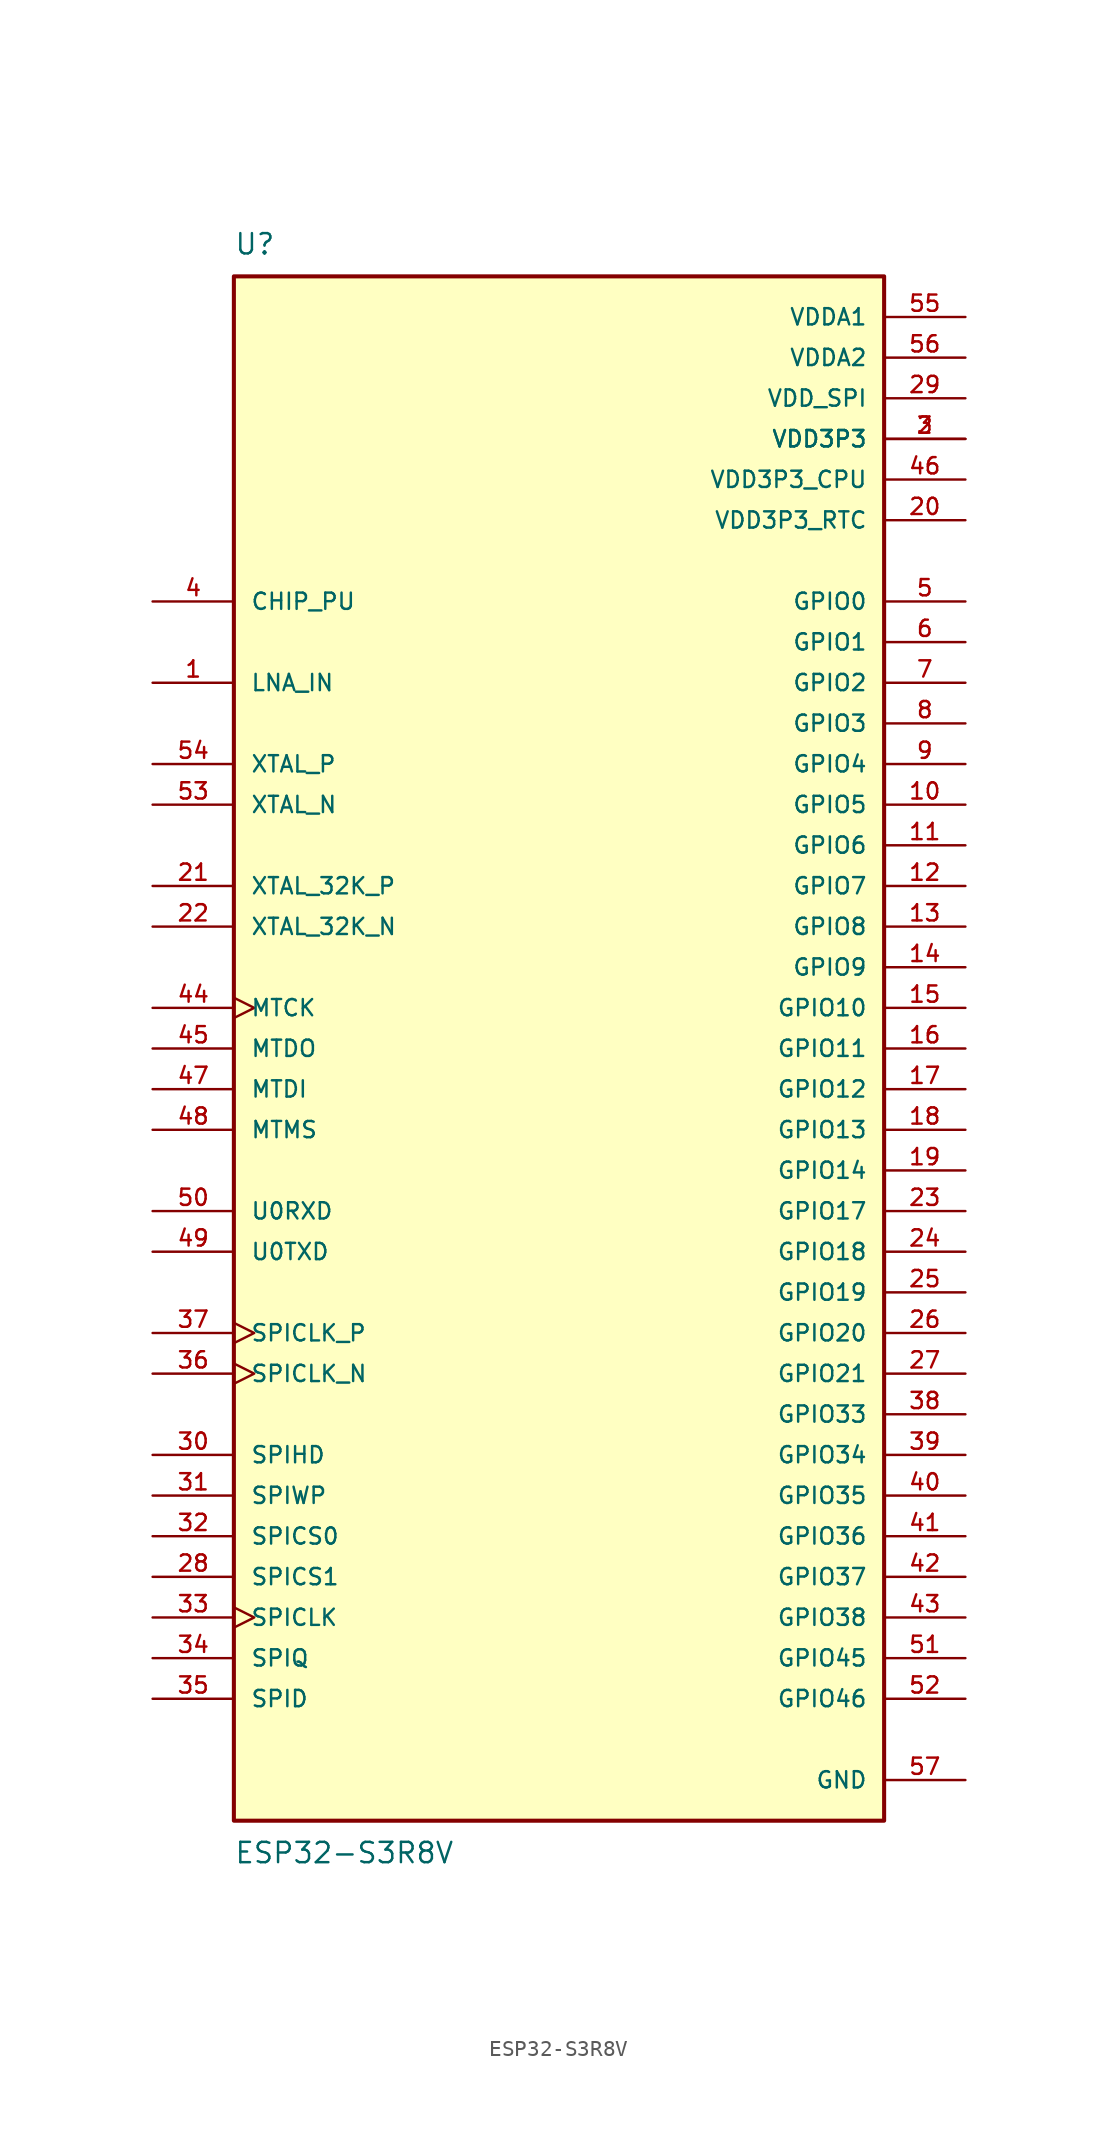
<source format=kicad_sym>
(kicad_symbol_lib
  (version 20211014)
  (generator kicad_symbol_editor)
  (symbol "ESP32-S3R8V"
    (pin_names
      (offset 1.016))
    (property "Reference" "U"
      (at -20.32 49.53 0)
      (effects (font (size 1.27 1.27)) (justify bottom left)))
    (property "Value" "ESP32-S3R8V"
      (at -20.32 -49.53 0)
      (effects (font (size 1.27 1.27)) (justify top left)))
    (symbol "ESP32-S3R8V_0_0"
      (rectangle (start -20.32 -48.26) (end 20.32 48.26) (stroke (width 0.254)) (fill (type background)))
      (pin power_in line (at 25.4 40.64 180.0) (length 5.08) (name "VDD_SPI" (effects (font (size 1.016 1.016)))) (number "29" (effects (font (size 1.016 1.016)))))
      (pin power_in line (at 25.4 38.1 180.0) (length 5.08) (name "VDD3P3" (effects (font (size 1.016 1.016)))) (number "2" (effects (font (size 1.016 1.016)))))
      (pin power_in line (at 25.4 38.1 180.0) (length 5.08) (name "VDD3P3" (effects (font (size 1.016 1.016)))) (number "3" (effects (font (size 1.016 1.016)))))
      (pin power_in line (at 25.4 35.56 180.0) (length 5.08) (name "VDD3P3_CPU" (effects (font (size 1.016 1.016)))) (number "46" (effects (font (size 1.016 1.016)))))
      (pin power_in line (at 25.4 33.02 180.0) (length 5.08) (name "VDD3P3_RTC" (effects (font (size 1.016 1.016)))) (number "20" (effects (font (size 1.016 1.016)))))
      (pin power_in line (at 25.4 45.72 180.0) (length 5.08) (name "VDDA1" (effects (font (size 1.016 1.016)))) (number "55" (effects (font (size 1.016 1.016)))))
      (pin power_in line (at 25.4 43.18 180.0) (length 5.08) (name "VDDA2" (effects (font (size 1.016 1.016)))) (number "56" (effects (font (size 1.016 1.016)))))
      (pin input line (at -25.4 27.94 0) (length 5.08) (name "CHIP_PU" (effects (font (size 1.016 1.016)))) (number "4" (effects (font (size 1.016 1.016)))))
      (pin input line (at -25.4 17.78 0) (length 5.08) (name "XTAL_P" (effects (font (size 1.016 1.016)))) (number "54" (effects (font (size 1.016 1.016)))))
      (pin bidirectional line (at 25.4 27.94 180.0) (length 5.08) (name "GPIO0" (effects (font (size 1.016 1.016)))) (number "5" (effects (font (size 1.016 1.016)))))
      (pin bidirectional line (at 25.4 25.4 180.0) (length 5.08) (name "GPIO1" (effects (font (size 1.016 1.016)))) (number "6" (effects (font (size 1.016 1.016)))))
      (pin bidirectional line (at 25.4 2.54 180.0) (length 5.08) (name "GPIO10" (effects (font (size 1.016 1.016)))) (number "15" (effects (font (size 1.016 1.016)))))
      (pin bidirectional line (at 25.4 0.0 180.0) (length 5.08) (name "GPIO11" (effects (font (size 1.016 1.016)))) (number "16" (effects (font (size 1.016 1.016)))))
      (pin bidirectional line (at 25.4 -2.54 180.0) (length 5.08) (name "GPIO12" (effects (font (size 1.016 1.016)))) (number "17" (effects (font (size 1.016 1.016)))))
      (pin bidirectional line (at 25.4 -5.08 180.0) (length 5.08) (name "GPIO13" (effects (font (size 1.016 1.016)))) (number "18" (effects (font (size 1.016 1.016)))))
      (pin bidirectional line (at 25.4 -7.62 180.0) (length 5.08) (name "GPIO14" (effects (font (size 1.016 1.016)))) (number "19" (effects (font (size 1.016 1.016)))))
      (pin bidirectional line (at 25.4 -10.16 180.0) (length 5.08) (name "GPIO17" (effects (font (size 1.016 1.016)))) (number "23" (effects (font (size 1.016 1.016)))))
      (pin bidirectional line (at 25.4 -12.7 180.0) (length 5.08) (name "GPIO18" (effects (font (size 1.016 1.016)))) (number "24" (effects (font (size 1.016 1.016)))))
      (pin bidirectional line (at 25.4 -15.24 180.0) (length 5.08) (name "GPIO19" (effects (font (size 1.016 1.016)))) (number "25" (effects (font (size 1.016 1.016)))))
      (pin bidirectional line (at 25.4 22.86 180.0) (length 5.08) (name "GPIO2" (effects (font (size 1.016 1.016)))) (number "7" (effects (font (size 1.016 1.016)))))
      (pin bidirectional line (at 25.4 -17.78 180.0) (length 5.08) (name "GPIO20" (effects (font (size 1.016 1.016)))) (number "26" (effects (font (size 1.016 1.016)))))
      (pin bidirectional line (at 25.4 -20.32 180.0) (length 5.08) (name "GPIO21" (effects (font (size 1.016 1.016)))) (number "27" (effects (font (size 1.016 1.016)))))
      (pin bidirectional line (at 25.4 20.32 180.0) (length 5.08) (name "GPIO3" (effects (font (size 1.016 1.016)))) (number "8" (effects (font (size 1.016 1.016)))))
      (pin bidirectional line (at 25.4 -22.86 180.0) (length 5.08) (name "GPIO33" (effects (font (size 1.016 1.016)))) (number "38" (effects (font (size 1.016 1.016)))))
      (pin bidirectional line (at 25.4 -25.4 180.0) (length 5.08) (name "GPIO34" (effects (font (size 1.016 1.016)))) (number "39" (effects (font (size 1.016 1.016)))))
      (pin bidirectional line (at 25.4 -27.94 180.0) (length 5.08) (name "GPIO35" (effects (font (size 1.016 1.016)))) (number "40" (effects (font (size 1.016 1.016)))))
      (pin bidirectional line (at 25.4 -30.48 180.0) (length 5.08) (name "GPIO36" (effects (font (size 1.016 1.016)))) (number "41" (effects (font (size 1.016 1.016)))))
      (pin bidirectional line (at 25.4 -33.02 180.0) (length 5.08) (name "GPIO37" (effects (font (size 1.016 1.016)))) (number "42" (effects (font (size 1.016 1.016)))))
      (pin bidirectional line (at 25.4 -35.56 180.0) (length 5.08) (name "GPIO38" (effects (font (size 1.016 1.016)))) (number "43" (effects (font (size 1.016 1.016)))))
      (pin bidirectional line (at 25.4 17.78 180.0) (length 5.08) (name "GPIO4" (effects (font (size 1.016 1.016)))) (number "9" (effects (font (size 1.016 1.016)))))
      (pin bidirectional line (at 25.4 -38.1 180.0) (length 5.08) (name "GPIO45" (effects (font (size 1.016 1.016)))) (number "51" (effects (font (size 1.016 1.016)))))
      (pin bidirectional line (at 25.4 -40.64 180.0) (length 5.08) (name "GPIO46" (effects (font (size 1.016 1.016)))) (number "52" (effects (font (size 1.016 1.016)))))
      (pin output line (at -25.4 15.24 0) (length 5.08) (name "XTAL_N" (effects (font (size 1.016 1.016)))) (number "53" (effects (font (size 1.016 1.016)))))
      (pin bidirectional line (at 25.4 15.24 180.0) (length 5.08) (name "GPIO5" (effects (font (size 1.016 1.016)))) (number "10" (effects (font (size 1.016 1.016)))))
      (pin bidirectional line (at 25.4 12.7 180.0) (length 5.08) (name "GPIO6" (effects (font (size 1.016 1.016)))) (number "11" (effects (font (size 1.016 1.016)))))
      (pin bidirectional line (at 25.4 10.16 180.0) (length 5.08) (name "GPIO7" (effects (font (size 1.016 1.016)))) (number "12" (effects (font (size 1.016 1.016)))))
      (pin bidirectional line (at 25.4 7.62 180.0) (length 5.08) (name "GPIO8" (effects (font (size 1.016 1.016)))) (number "13" (effects (font (size 1.016 1.016)))))
      (pin bidirectional line (at 25.4 5.08 180.0) (length 5.08) (name "GPIO9" (effects (font (size 1.016 1.016)))) (number "14" (effects (font (size 1.016 1.016)))))
      (pin bidirectional line (at -25.4 22.86 0) (length 5.08) (name "LNA_IN" (effects (font (size 1.016 1.016)))) (number "1" (effects (font (size 1.016 1.016)))))
      (pin bidirectional clock (at -25.4 2.54 0) (length 5.08) (name "MTCK" (effects (font (size 1.016 1.016)))) (number "44" (effects (font (size 1.016 1.016)))))
      (pin bidirectional line (at -25.4 -2.54 0) (length 5.08) (name "MTDI" (effects (font (size 1.016 1.016)))) (number "47" (effects (font (size 1.016 1.016)))))
      (pin bidirectional line (at -25.4 0.0 0) (length 5.08) (name "MTDO" (effects (font (size 1.016 1.016)))) (number "45" (effects (font (size 1.016 1.016)))))
      (pin bidirectional line (at -25.4 -5.08 0) (length 5.08) (name "MTMS" (effects (font (size 1.016 1.016)))) (number "48" (effects (font (size 1.016 1.016)))))
      (pin bidirectional clock (at -25.4 -35.56 0) (length 5.08) (name "SPICLK" (effects (font (size 1.016 1.016)))) (number "33" (effects (font (size 1.016 1.016)))))
      (pin bidirectional clock (at -25.4 -20.32 0) (length 5.08) (name "SPICLK_N" (effects (font (size 1.016 1.016)))) (number "36" (effects (font (size 1.016 1.016)))))
      (pin bidirectional clock (at -25.4 -17.78 0) (length 5.08) (name "SPICLK_P" (effects (font (size 1.016 1.016)))) (number "37" (effects (font (size 1.016 1.016)))))
      (pin bidirectional line (at -25.4 -30.48 0) (length 5.08) (name "SPICS0" (effects (font (size 1.016 1.016)))) (number "32" (effects (font (size 1.016 1.016)))))
      (pin bidirectional line (at -25.4 -33.02 0) (length 5.08) (name "SPICS1" (effects (font (size 1.016 1.016)))) (number "28" (effects (font (size 1.016 1.016)))))
      (pin bidirectional line (at -25.4 -40.64 0) (length 5.08) (name "SPID" (effects (font (size 1.016 1.016)))) (number "35" (effects (font (size 1.016 1.016)))))
      (pin bidirectional line (at -25.4 -25.4 0) (length 5.08) (name "SPIHD" (effects (font (size 1.016 1.016)))) (number "30" (effects (font (size 1.016 1.016)))))
      (pin bidirectional line (at -25.4 -38.1 0) (length 5.08) (name "SPIQ" (effects (font (size 1.016 1.016)))) (number "34" (effects (font (size 1.016 1.016)))))
      (pin bidirectional line (at -25.4 -27.94 0) (length 5.08) (name "SPIWP" (effects (font (size 1.016 1.016)))) (number "31" (effects (font (size 1.016 1.016)))))
      (pin bidirectional line (at -25.4 -10.16 0) (length 5.08) (name "U0RXD" (effects (font (size 1.016 1.016)))) (number "50" (effects (font (size 1.016 1.016)))))
      (pin bidirectional line (at -25.4 -12.7 0) (length 5.08) (name "U0TXD" (effects (font (size 1.016 1.016)))) (number "49" (effects (font (size 1.016 1.016)))))
      (pin bidirectional line (at -25.4 7.62 0) (length 5.08) (name "XTAL_32K_N" (effects (font (size 1.016 1.016)))) (number "22" (effects (font (size 1.016 1.016)))))
      (pin bidirectional line (at -25.4 10.16 0) (length 5.08) (name "XTAL_32K_P" (effects (font (size 1.016 1.016)))) (number "21" (effects (font (size 1.016 1.016)))))
      (pin power_in line (at 25.4 -45.72 180.0) (length 5.08) (name "GND" (effects (font (size 1.016 1.016)))) (number "57" (effects (font (size 1.016 1.016))))))))
</source>
